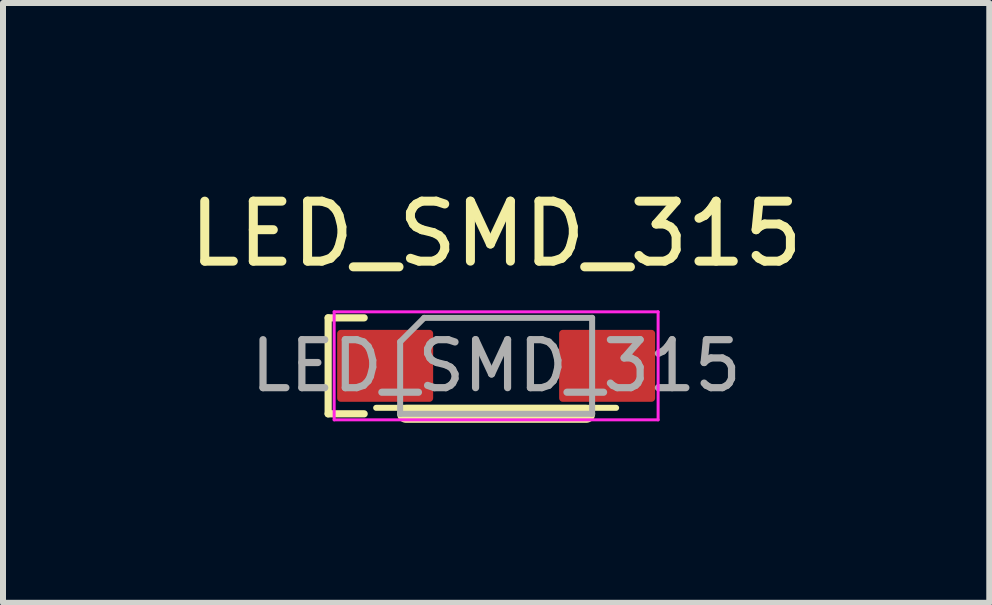
<source format=kicad_pcb>
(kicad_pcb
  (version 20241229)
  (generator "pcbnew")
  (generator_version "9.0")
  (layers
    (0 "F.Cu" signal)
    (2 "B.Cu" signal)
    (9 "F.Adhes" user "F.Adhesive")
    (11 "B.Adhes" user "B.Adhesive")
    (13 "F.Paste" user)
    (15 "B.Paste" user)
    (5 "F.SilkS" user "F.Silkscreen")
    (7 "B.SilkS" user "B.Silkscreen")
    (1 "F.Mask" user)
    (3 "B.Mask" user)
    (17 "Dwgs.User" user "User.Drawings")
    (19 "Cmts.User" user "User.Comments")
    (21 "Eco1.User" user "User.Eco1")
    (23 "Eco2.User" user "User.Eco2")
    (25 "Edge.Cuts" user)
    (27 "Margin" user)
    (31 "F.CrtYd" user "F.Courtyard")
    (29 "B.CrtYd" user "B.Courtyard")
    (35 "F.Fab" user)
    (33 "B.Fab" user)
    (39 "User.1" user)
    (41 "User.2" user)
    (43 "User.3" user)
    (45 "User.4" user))
  (footprint "LED_SMD_315"
    (layer "F.Cu")
    (at 5.22 3.048)
    (property "Reference" "LED_SMD_315" (at 0 -2.2 0) (layer "F.SilkS") (effects (font (size 1 1) (thickness 0.15))))
    (attr smd)
    (fp_line (start -2.8 -0.8) (end -2.8 0.8) (stroke (width 0.12) (type solid)) (layer "F.SilkS"))
    (fp_line (start -2.8 0.8) (end -2.2 0.8) (stroke (width 0.12) (type solid)) (layer "F.SilkS"))
    (fp_line (start -2.2 -0.8) (end -2.8 -0.8) (stroke (width 0.12) (type solid)) (layer "F.SilkS"))
    (fp_line (start 1.5 0.8) (end -1.5 0.8) (stroke (width 0.3) (type default)) (layer "F.SilkS"))
    (fp_line (start 2 0.7) (end -2 0.7) (stroke (width 0.1) (type default)) (layer "F.SilkS"))
    (fp_line (start -2.7 -0.9) (end 2.7 -0.9) (stroke (width 0.05) (type solid)) (layer "F.CrtYd"))
    (fp_line (start -2.7 0.9) (end -2.7 -0.9) (stroke (width 0.05) (type solid)) (layer "F.CrtYd"))
    (fp_line (start 2.7 -0.9) (end 2.7 0.9) (stroke (width 0.05) (type solid)) (layer "F.CrtYd"))
    (fp_line (start 2.7 0.9) (end -2.7 0.9) (stroke (width 0.05) (type solid)) (layer "F.CrtYd"))
    (fp_line (start -1.6 -0.4) (end -1.6 0.8) (stroke (width 0.1) (type solid)) (layer "F.Fab"))
    (fp_line (start -1.6 0.8) (end 1.6 0.8) (stroke (width 0.1) (type solid)) (layer "F.Fab"))
    (fp_line (start -1.2 -0.8) (end -1.6 -0.4) (stroke (width 0.1) (type solid)) (layer "F.Fab"))
    (fp_line (start 1.6 -0.8) (end -1.2 -0.8) (stroke (width 0.1) (type solid)) (layer "F.Fab"))
    (fp_line (start 1.6 0.8) (end 1.6 -0.8) (stroke (width 0.1) (type solid)) (layer "F.Fab"))
    (fp_text user "${REFERENCE}" (at 0 0 0) (layer "F.Fab") (effects (font (size 0.8 0.8) (thickness 0.12))))
    (pad "1" smd roundrect (at 1.85 0) (size 1.6 1.2) (layers "F.Cu" "F.Mask" "F.Paste") (roundrect_rratio 0.05))
    (pad "2" smd roundrect (at -1.85 0) (size 1.6 1.2) (layers "F.Cu" "F.Mask" "F.Paste") (roundrect_rratio 0.05)))
  (gr_rect
    (start -3 -3)
    (end 13.44 6.998)
    (stroke (width 0.1) (type default))
    (fill no)
    (layer "Edge.Cuts")))
</source>
